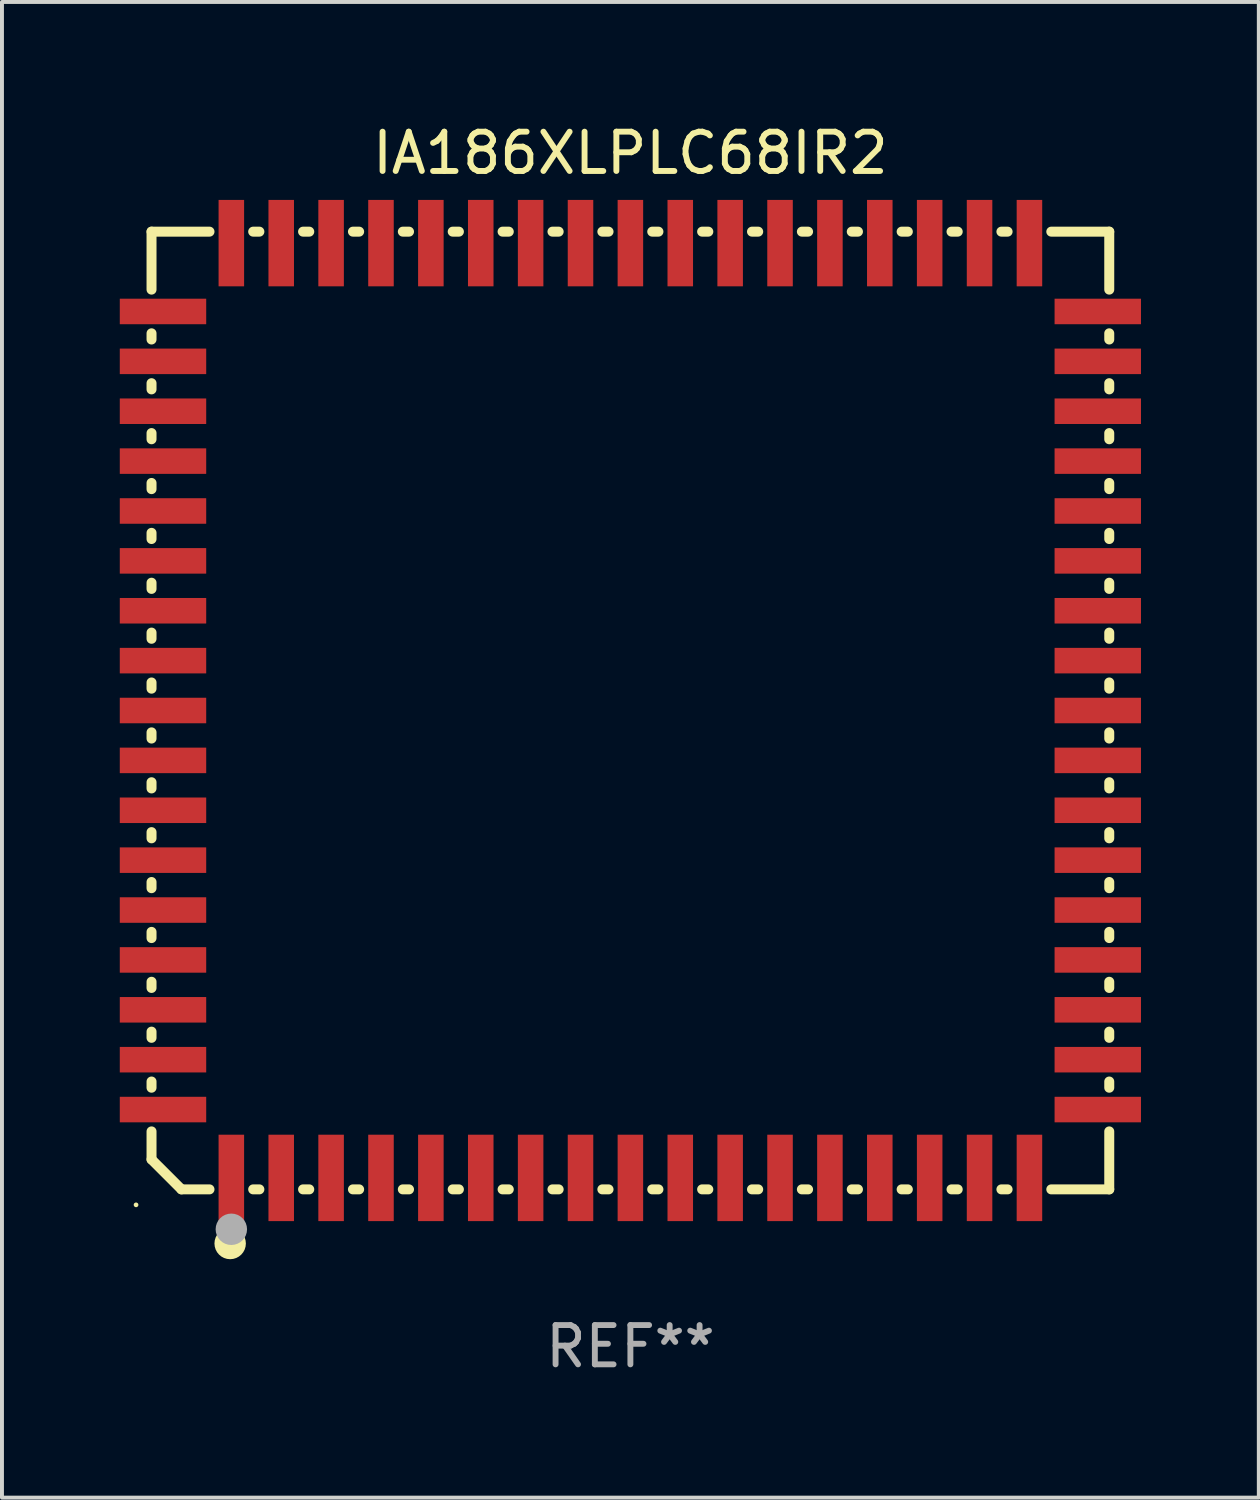
<source format=kicad_pcb>
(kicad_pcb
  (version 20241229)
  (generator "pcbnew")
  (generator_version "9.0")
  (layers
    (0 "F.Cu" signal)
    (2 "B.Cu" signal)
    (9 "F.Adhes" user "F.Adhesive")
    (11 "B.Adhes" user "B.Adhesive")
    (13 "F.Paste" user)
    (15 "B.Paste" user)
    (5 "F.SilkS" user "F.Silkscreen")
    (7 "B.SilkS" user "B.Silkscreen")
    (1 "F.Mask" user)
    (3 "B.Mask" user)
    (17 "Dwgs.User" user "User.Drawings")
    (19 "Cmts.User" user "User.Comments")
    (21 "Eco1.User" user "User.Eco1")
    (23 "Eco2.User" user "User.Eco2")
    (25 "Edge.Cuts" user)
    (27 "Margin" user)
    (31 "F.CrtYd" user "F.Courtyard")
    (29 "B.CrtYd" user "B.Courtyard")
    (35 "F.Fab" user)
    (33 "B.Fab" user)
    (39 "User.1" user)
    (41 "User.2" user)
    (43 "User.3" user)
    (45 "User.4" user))
  (footprint "IA186XLPLC68IR2"
    (layer "F.Cu")
    (at 13 15.04)
    (property "Reference" "IA186XLPLC68IR2" (at 0 -14.192 0) (layer "F.SilkS") (effects (font (size 1 1) (thickness 0.15))))
    (attr through_hole)
    (fp_line (start -12.192 -12.192) (end -12.192 -10.716) (stroke (width 0.254) (type solid)) (layer "F.SilkS"))
    (fp_line (start -12.192 -9.604) (end -12.192 -9.446) (stroke (width 0.254) (type solid)) (layer "F.SilkS"))
    (fp_line (start -12.192 -8.334) (end -12.192 -8.176) (stroke (width 0.254) (type solid)) (layer "F.SilkS"))
    (fp_line (start -12.192 -7.064) (end -12.192 -6.906) (stroke (width 0.254) (type solid)) (layer "F.SilkS"))
    (fp_line (start -12.192 -5.794) (end -12.192 -5.636) (stroke (width 0.254) (type solid)) (layer "F.SilkS"))
    (fp_line (start -12.192 -4.524) (end -12.192 -4.366) (stroke (width 0.254) (type solid)) (layer "F.SilkS"))
    (fp_line (start -12.192 -3.254) (end -12.192 -3.096) (stroke (width 0.254) (type solid)) (layer "F.SilkS"))
    (fp_line (start -12.192 -1.984) (end -12.192 -1.826) (stroke (width 0.254) (type solid)) (layer "F.SilkS"))
    (fp_line (start -12.192 -0.714) (end -12.192 -0.556) (stroke (width 0.254) (type solid)) (layer "F.SilkS"))
    (fp_line (start -12.192 0.556) (end -12.192 0.714) (stroke (width 0.254) (type solid)) (layer "F.SilkS"))
    (fp_line (start -12.192 1.826) (end -12.192 1.984) (stroke (width 0.254) (type solid)) (layer "F.SilkS"))
    (fp_line (start -12.192 3.096) (end -12.192 3.254) (stroke (width 0.254) (type solid)) (layer "F.SilkS"))
    (fp_line (start -12.192 4.366) (end -12.192 4.524) (stroke (width 0.254) (type solid)) (layer "F.SilkS"))
    (fp_line (start -12.192 5.636) (end -12.192 5.794) (stroke (width 0.254) (type solid)) (layer "F.SilkS"))
    (fp_line (start -12.192 6.906) (end -12.192 7.064) (stroke (width 0.254) (type solid)) (layer "F.SilkS"))
    (fp_line (start -12.192 8.176) (end -12.192 8.334) (stroke (width 0.254) (type solid)) (layer "F.SilkS"))
    (fp_line (start -12.192 9.446) (end -12.192 9.604) (stroke (width 0.254) (type solid)) (layer "F.SilkS"))
    (fp_line (start -12.192 10.716) (end -12.192 11.43) (stroke (width 0.254) (type solid)) (layer "F.SilkS"))
    (fp_line (start -12.192 11.43) (end -11.43 12.192) (stroke (width 0.254) (type solid)) (layer "F.SilkS"))
    (fp_line (start -11.43 12.192) (end -10.716 12.192) (stroke (width 0.254) (type solid)) (layer "F.SilkS"))
    (fp_line (start -10.716 -12.192) (end -12.192 -12.192) (stroke (width 0.254) (type solid)) (layer "F.SilkS"))
    (fp_line (start -9.604 12.192) (end -9.446 12.192) (stroke (width 0.254) (type solid)) (layer "F.SilkS"))
    (fp_line (start -9.446 -12.192) (end -9.604 -12.192) (stroke (width 0.254) (type solid)) (layer "F.SilkS"))
    (fp_line (start -8.334 12.192) (end -8.176 12.192) (stroke (width 0.254) (type solid)) (layer "F.SilkS"))
    (fp_line (start -8.176 -12.192) (end -8.334 -12.192) (stroke (width 0.254) (type solid)) (layer "F.SilkS"))
    (fp_line (start -7.064 12.192) (end -6.906 12.192) (stroke (width 0.254) (type solid)) (layer "F.SilkS"))
    (fp_line (start -6.906 -12.192) (end -7.064 -12.192) (stroke (width 0.254) (type solid)) (layer "F.SilkS"))
    (fp_line (start -5.794 12.192) (end -5.636 12.192) (stroke (width 0.254) (type solid)) (layer "F.SilkS"))
    (fp_line (start -5.636 -12.192) (end -5.794 -12.192) (stroke (width 0.254) (type solid)) (layer "F.SilkS"))
    (fp_line (start -4.524 12.192) (end -4.366 12.192) (stroke (width 0.254) (type solid)) (layer "F.SilkS"))
    (fp_line (start -4.366 -12.192) (end -4.524 -12.192) (stroke (width 0.254) (type solid)) (layer "F.SilkS"))
    (fp_line (start -3.254 12.192) (end -3.096 12.192) (stroke (width 0.254) (type solid)) (layer "F.SilkS"))
    (fp_line (start -3.096 -12.192) (end -3.254 -12.192) (stroke (width 0.254) (type solid)) (layer "F.SilkS"))
    (fp_line (start -1.984 12.192) (end -1.826 12.192) (stroke (width 0.254) (type solid)) (layer "F.SilkS"))
    (fp_line (start -1.826 -12.192) (end -1.984 -12.192) (stroke (width 0.254) (type solid)) (layer "F.SilkS"))
    (fp_line (start -0.714 12.192) (end -0.556 12.192) (stroke (width 0.254) (type solid)) (layer "F.SilkS"))
    (fp_line (start -0.556 -12.192) (end -0.714 -12.192) (stroke (width 0.254) (type solid)) (layer "F.SilkS"))
    (fp_line (start 0.556 12.192) (end 0.714 12.192) (stroke (width 0.254) (type solid)) (layer "F.SilkS"))
    (fp_line (start 0.714 -12.192) (end 0.556 -12.192) (stroke (width 0.254) (type solid)) (layer "F.SilkS"))
    (fp_line (start 1.826 12.192) (end 1.984 12.192) (stroke (width 0.254) (type solid)) (layer "F.SilkS"))
    (fp_line (start 1.984 -12.192) (end 1.826 -12.192) (stroke (width 0.254) (type solid)) (layer "F.SilkS"))
    (fp_line (start 3.096 12.192) (end 3.254 12.192) (stroke (width 0.254) (type solid)) (layer "F.SilkS"))
    (fp_line (start 3.254 -12.192) (end 3.096 -12.192) (stroke (width 0.254) (type solid)) (layer "F.SilkS"))
    (fp_line (start 4.366 12.192) (end 4.524 12.192) (stroke (width 0.254) (type solid)) (layer "F.SilkS"))
    (fp_line (start 4.524 -12.192) (end 4.366 -12.192) (stroke (width 0.254) (type solid)) (layer "F.SilkS"))
    (fp_line (start 5.636 12.192) (end 5.794 12.192) (stroke (width 0.254) (type solid)) (layer "F.SilkS"))
    (fp_line (start 5.794 -12.192) (end 5.636 -12.192) (stroke (width 0.254) (type solid)) (layer "F.SilkS"))
    (fp_line (start 6.906 12.192) (end 7.064 12.192) (stroke (width 0.254) (type solid)) (layer "F.SilkS"))
    (fp_line (start 7.064 -12.192) (end 6.906 -12.192) (stroke (width 0.254) (type solid)) (layer "F.SilkS"))
    (fp_line (start 8.176 12.192) (end 8.334 12.192) (stroke (width 0.254) (type solid)) (layer "F.SilkS"))
    (fp_line (start 8.334 -12.192) (end 8.176 -12.192) (stroke (width 0.254) (type solid)) (layer "F.SilkS"))
    (fp_line (start 9.446 12.192) (end 9.604 12.192) (stroke (width 0.254) (type solid)) (layer "F.SilkS"))
    (fp_line (start 9.604 -12.192) (end 9.446 -12.192) (stroke (width 0.254) (type solid)) (layer "F.SilkS"))
    (fp_line (start 10.716 12.192) (end 12.192 12.192) (stroke (width 0.254) (type solid)) (layer "F.SilkS"))
    (fp_line (start 12.192 -12.192) (end 10.716 -12.192) (stroke (width 0.254) (type solid)) (layer "F.SilkS"))
    (fp_line (start 12.192 -10.716) (end 12.192 -12.192) (stroke (width 0.254) (type solid)) (layer "F.SilkS"))
    (fp_line (start 12.192 -9.446) (end 12.192 -9.604) (stroke (width 0.254) (type solid)) (layer "F.SilkS"))
    (fp_line (start 12.192 -8.176) (end 12.192 -8.334) (stroke (width 0.254) (type solid)) (layer "F.SilkS"))
    (fp_line (start 12.192 -6.906) (end 12.192 -7.064) (stroke (width 0.254) (type solid)) (layer "F.SilkS"))
    (fp_line (start 12.192 -5.636) (end 12.192 -5.794) (stroke (width 0.254) (type solid)) (layer "F.SilkS"))
    (fp_line (start 12.192 -4.366) (end 12.192 -4.524) (stroke (width 0.254) (type solid)) (layer "F.SilkS"))
    (fp_line (start 12.192 -3.096) (end 12.192 -3.254) (stroke (width 0.254) (type solid)) (layer "F.SilkS"))
    (fp_line (start 12.192 -1.826) (end 12.192 -1.984) (stroke (width 0.254) (type solid)) (layer "F.SilkS"))
    (fp_line (start 12.192 -0.556) (end 12.192 -0.714) (stroke (width 0.254) (type solid)) (layer "F.SilkS"))
    (fp_line (start 12.192 0.714) (end 12.192 0.556) (stroke (width 0.254) (type solid)) (layer "F.SilkS"))
    (fp_line (start 12.192 1.984) (end 12.192 1.826) (stroke (width 0.254) (type solid)) (layer "F.SilkS"))
    (fp_line (start 12.192 3.254) (end 12.192 3.096) (stroke (width 0.254) (type solid)) (layer "F.SilkS"))
    (fp_line (start 12.192 4.524) (end 12.192 4.366) (stroke (width 0.254) (type solid)) (layer "F.SilkS"))
    (fp_line (start 12.192 5.794) (end 12.192 5.636) (stroke (width 0.254) (type solid)) (layer "F.SilkS"))
    (fp_line (start 12.192 7.064) (end 12.192 6.906) (stroke (width 0.254) (type solid)) (layer "F.SilkS"))
    (fp_line (start 12.192 8.334) (end 12.192 8.176) (stroke (width 0.254) (type solid)) (layer "F.SilkS"))
    (fp_line (start 12.192 9.604) (end 12.192 9.446) (stroke (width 0.254) (type solid)) (layer "F.SilkS"))
    (fp_line (start 12.192 12.192) (end 12.192 10.716) (stroke (width 0.254) (type solid)) (layer "F.SilkS"))
    (fp_circle (center -12.586 12.586) (end -12.556 12.586) (stroke (width 0.06) (type solid)) (fill no) (layer "F.SilkS"))
    (fp_circle (center -10.19 13.57) (end -9.99 13.57) (stroke (width 0.4) (type solid)) (fill no) (layer "F.SilkS"))
    (fp_circle (center -10.16 13.208) (end -9.96 13.208) (stroke (width 0.4) (type solid)) (fill no) (layer "F.Fab"))
    (fp_text user "REF**" (at 0 16.192 0) (layer "F.Fab") (effects (font (size 1 1) (thickness 0.15))))
    (pad "1" smd rect (at -10.16 11.9) (size 0.65 2.2) (layers "F.Cu" "F.Mask" "F.Paste"))
    (pad "2" smd rect (at -8.89 11.9) (size 0.65 2.2) (layers "F.Cu" "F.Mask" "F.Paste"))
    (pad "3" smd rect (at -7.62 11.9) (size 0.65 2.2) (layers "F.Cu" "F.Mask" "F.Paste"))
    (pad "4" smd rect (at -6.35 11.9) (size 0.65 2.2) (layers "F.Cu" "F.Mask" "F.Paste"))
    (pad "5" smd rect (at -5.08 11.9) (size 0.65 2.2) (layers "F.Cu" "F.Mask" "F.Paste"))
    (pad "6" smd rect (at -3.81 11.9) (size 0.65 2.2) (layers "F.Cu" "F.Mask" "F.Paste"))
    (pad "7" smd rect (at -2.54 11.9) (size 0.65 2.2) (layers "F.Cu" "F.Mask" "F.Paste"))
    (pad "8" smd rect (at -1.27 11.9) (size 0.65 2.2) (layers "F.Cu" "F.Mask" "F.Paste"))
    (pad "9" smd rect (at 0.000076 11.9) (size 0.65 2.2) (layers "F.Cu" "F.Mask" "F.Paste"))
    (pad "10" smd rect (at 1.27 11.9) (size 0.65 2.2) (layers "F.Cu" "F.Mask" "F.Paste"))
    (pad "11" smd rect (at 2.54 11.9) (size 0.65 2.2) (layers "F.Cu" "F.Mask" "F.Paste"))
    (pad "12" smd rect (at 3.81 11.9) (size 0.65 2.2) (layers "F.Cu" "F.Mask" "F.Paste"))
    (pad "13" smd rect (at 5.08 11.9) (size 0.65 2.2) (layers "F.Cu" "F.Mask" "F.Paste"))
    (pad "14" smd rect (at 6.35 11.9) (size 0.65 2.2) (layers "F.Cu" "F.Mask" "F.Paste"))
    (pad "15" smd rect (at 7.62 11.9) (size 0.65 2.2) (layers "F.Cu" "F.Mask" "F.Paste"))
    (pad "16" smd rect (at 8.89 11.9) (size 0.65 2.2) (layers "F.Cu" "F.Mask" "F.Paste"))
    (pad "17" smd rect (at 10.16 11.9) (size 0.65 2.2) (layers "F.Cu" "F.Mask" "F.Paste"))
    (pad "18" smd rect (at 11.9 10.16 90) (size 0.65 2.2) (layers "F.Cu" "F.Mask" "F.Paste"))
    (pad "19" smd rect (at 11.9 8.89 90) (size 0.65 2.2) (layers "F.Cu" "F.Mask" "F.Paste"))
    (pad "20" smd rect (at 11.9 7.62 90) (size 0.65 2.2) (layers "F.Cu" "F.Mask" "F.Paste"))
    (pad "21" smd rect (at 11.9 6.35 90) (size 0.65 2.2) (layers "F.Cu" "F.Mask" "F.Paste"))
    (pad "22" smd rect (at 11.9 5.08 90) (size 0.65 2.2) (layers "F.Cu" "F.Mask" "F.Paste"))
    (pad "23" smd rect (at 11.9 3.81 90) (size 0.65 2.2) (layers "F.Cu" "F.Mask" "F.Paste"))
    (pad "24" smd rect (at 11.9 2.54 90) (size 0.65 2.2) (layers "F.Cu" "F.Mask" "F.Paste"))
    (pad "25" smd rect (at 11.9 1.27 90) (size 0.65 2.2) (layers "F.Cu" "F.Mask" "F.Paste"))
    (pad "26" smd rect (at 11.9 -0.000076 90) (size 0.65 2.2) (layers "F.Cu" "F.Mask" "F.Paste"))
    (pad "27" smd rect (at 11.9 -1.27 90) (size 0.65 2.2) (layers "F.Cu" "F.Mask" "F.Paste"))
    (pad "28" smd rect (at 11.9 -2.54 90) (size 0.65 2.2) (layers "F.Cu" "F.Mask" "F.Paste"))
    (pad "29" smd rect (at 11.9 -3.81 90) (size 0.65 2.2) (layers "F.Cu" "F.Mask" "F.Paste"))
    (pad "30" smd rect (at 11.9 -5.08 90) (size 0.65 2.2) (layers "F.Cu" "F.Mask" "F.Paste"))
    (pad "31" smd rect (at 11.9 -6.35 90) (size 0.65 2.2) (layers "F.Cu" "F.Mask" "F.Paste"))
    (pad "32" smd rect (at 11.9 -7.62 90) (size 0.65 2.2) (layers "F.Cu" "F.Mask" "F.Paste"))
    (pad "33" smd rect (at 11.9 -8.89 90) (size 0.65 2.2) (layers "F.Cu" "F.Mask" "F.Paste"))
    (pad "34" smd rect (at 11.9 -10.16 90) (size 0.65 2.2) (layers "F.Cu" "F.Mask" "F.Paste"))
    (pad "35" smd rect (at 10.16 -11.9) (size 0.65 2.2) (layers "F.Cu" "F.Mask" "F.Paste"))
    (pad "36" smd rect (at 8.89 -11.9) (size 0.65 2.2) (layers "F.Cu" "F.Mask" "F.Paste"))
    (pad "37" smd rect (at 7.62 -11.9) (size 0.65 2.2) (layers "F.Cu" "F.Mask" "F.Paste"))
    (pad "38" smd rect (at 6.35 -11.9) (size 0.65 2.2) (layers "F.Cu" "F.Mask" "F.Paste"))
    (pad "39" smd rect (at 5.08 -11.9) (size 0.65 2.2) (layers "F.Cu" "F.Mask" "F.Paste"))
    (pad "40" smd rect (at 3.81 -11.9) (size 0.65 2.2) (layers "F.Cu" "F.Mask" "F.Paste"))
    (pad "41" smd rect (at 2.54 -11.9) (size 0.65 2.2) (layers "F.Cu" "F.Mask" "F.Paste"))
    (pad "42" smd rect (at 1.27 -11.9) (size 0.65 2.2) (layers "F.Cu" "F.Mask" "F.Paste"))
    (pad "43" smd rect (at 0.000076 -11.9) (size 0.65 2.2) (layers "F.Cu" "F.Mask" "F.Paste"))
    (pad "44" smd rect (at -1.27 -11.9) (size 0.65 2.2) (layers "F.Cu" "F.Mask" "F.Paste"))
    (pad "45" smd rect (at -2.54 -11.9) (size 0.65 2.2) (layers "F.Cu" "F.Mask" "F.Paste"))
    (pad "46" smd rect (at -3.81 -11.9) (size 0.65 2.2) (layers "F.Cu" "F.Mask" "F.Paste"))
    (pad "47" smd rect (at -5.08 -11.9) (size 0.65 2.2) (layers "F.Cu" "F.Mask" "F.Paste"))
    (pad "48" smd rect (at -6.35 -11.9) (size 0.65 2.2) (layers "F.Cu" "F.Mask" "F.Paste"))
    (pad "49" smd rect (at -7.62 -11.9) (size 0.65 2.2) (layers "F.Cu" "F.Mask" "F.Paste"))
    (pad "50" smd rect (at -8.89 -11.9) (size 0.65 2.2) (layers "F.Cu" "F.Mask" "F.Paste"))
    (pad "51" smd rect (at -10.16 -11.9) (size 0.65 2.2) (layers "F.Cu" "F.Mask" "F.Paste"))
    (pad "52" smd rect (at -11.9 -10.16 90) (size 0.65 2.2) (layers "F.Cu" "F.Mask" "F.Paste"))
    (pad "53" smd rect (at -11.9 -8.89 90) (size 0.65 2.2) (layers "F.Cu" "F.Mask" "F.Paste"))
    (pad "54" smd rect (at -11.9 -7.62 90) (size 0.65 2.2) (layers "F.Cu" "F.Mask" "F.Paste"))
    (pad "55" smd rect (at -11.9 -6.35 90) (size 0.65 2.2) (layers "F.Cu" "F.Mask" "F.Paste"))
    (pad "56" smd rect (at -11.9 -5.08 90) (size 0.65 2.2) (layers "F.Cu" "F.Mask" "F.Paste"))
    (pad "57" smd rect (at -11.9 -3.81 90) (size 0.65 2.2) (layers "F.Cu" "F.Mask" "F.Paste"))
    (pad "58" smd rect (at -11.9 -2.54 90) (size 0.65 2.2) (layers "F.Cu" "F.Mask" "F.Paste"))
    (pad "59" smd rect (at -11.9 -1.27 90) (size 0.65 2.2) (layers "F.Cu" "F.Mask" "F.Paste"))
    (pad "60" smd rect (at -11.9 -0.000076 90) (size 0.65 2.2) (layers "F.Cu" "F.Mask" "F.Paste"))
    (pad "61" smd rect (at -11.9 1.27 90) (size 0.65 2.2) (layers "F.Cu" "F.Mask" "F.Paste"))
    (pad "62" smd rect (at -11.9 2.54 90) (size 0.65 2.2) (layers "F.Cu" "F.Mask" "F.Paste"))
    (pad "63" smd rect (at -11.9 3.81 90) (size 0.65 2.2) (layers "F.Cu" "F.Mask" "F.Paste"))
    (pad "64" smd rect (at -11.9 5.08 90) (size 0.65 2.2) (layers "F.Cu" "F.Mask" "F.Paste"))
    (pad "65" smd rect (at -11.9 6.35 90) (size 0.65 2.2) (layers "F.Cu" "F.Mask" "F.Paste"))
    (pad "66" smd rect (at -11.9 7.62 90) (size 0.65 2.2) (layers "F.Cu" "F.Mask" "F.Paste"))
    (pad "67" smd rect (at -11.9 8.89 90) (size 0.65 2.2) (layers "F.Cu" "F.Mask" "F.Paste"))
    (pad "68" smd rect (at -11.9 10.16 90) (size 0.65 2.2) (layers "F.Cu" "F.Mask" "F.Paste")))
  (gr_rect
    (start -3 -3)
    (end 29 35.081)
    (stroke (width 0.1) (type default))
    (fill no)
    (layer "Edge.Cuts")))
</source>
